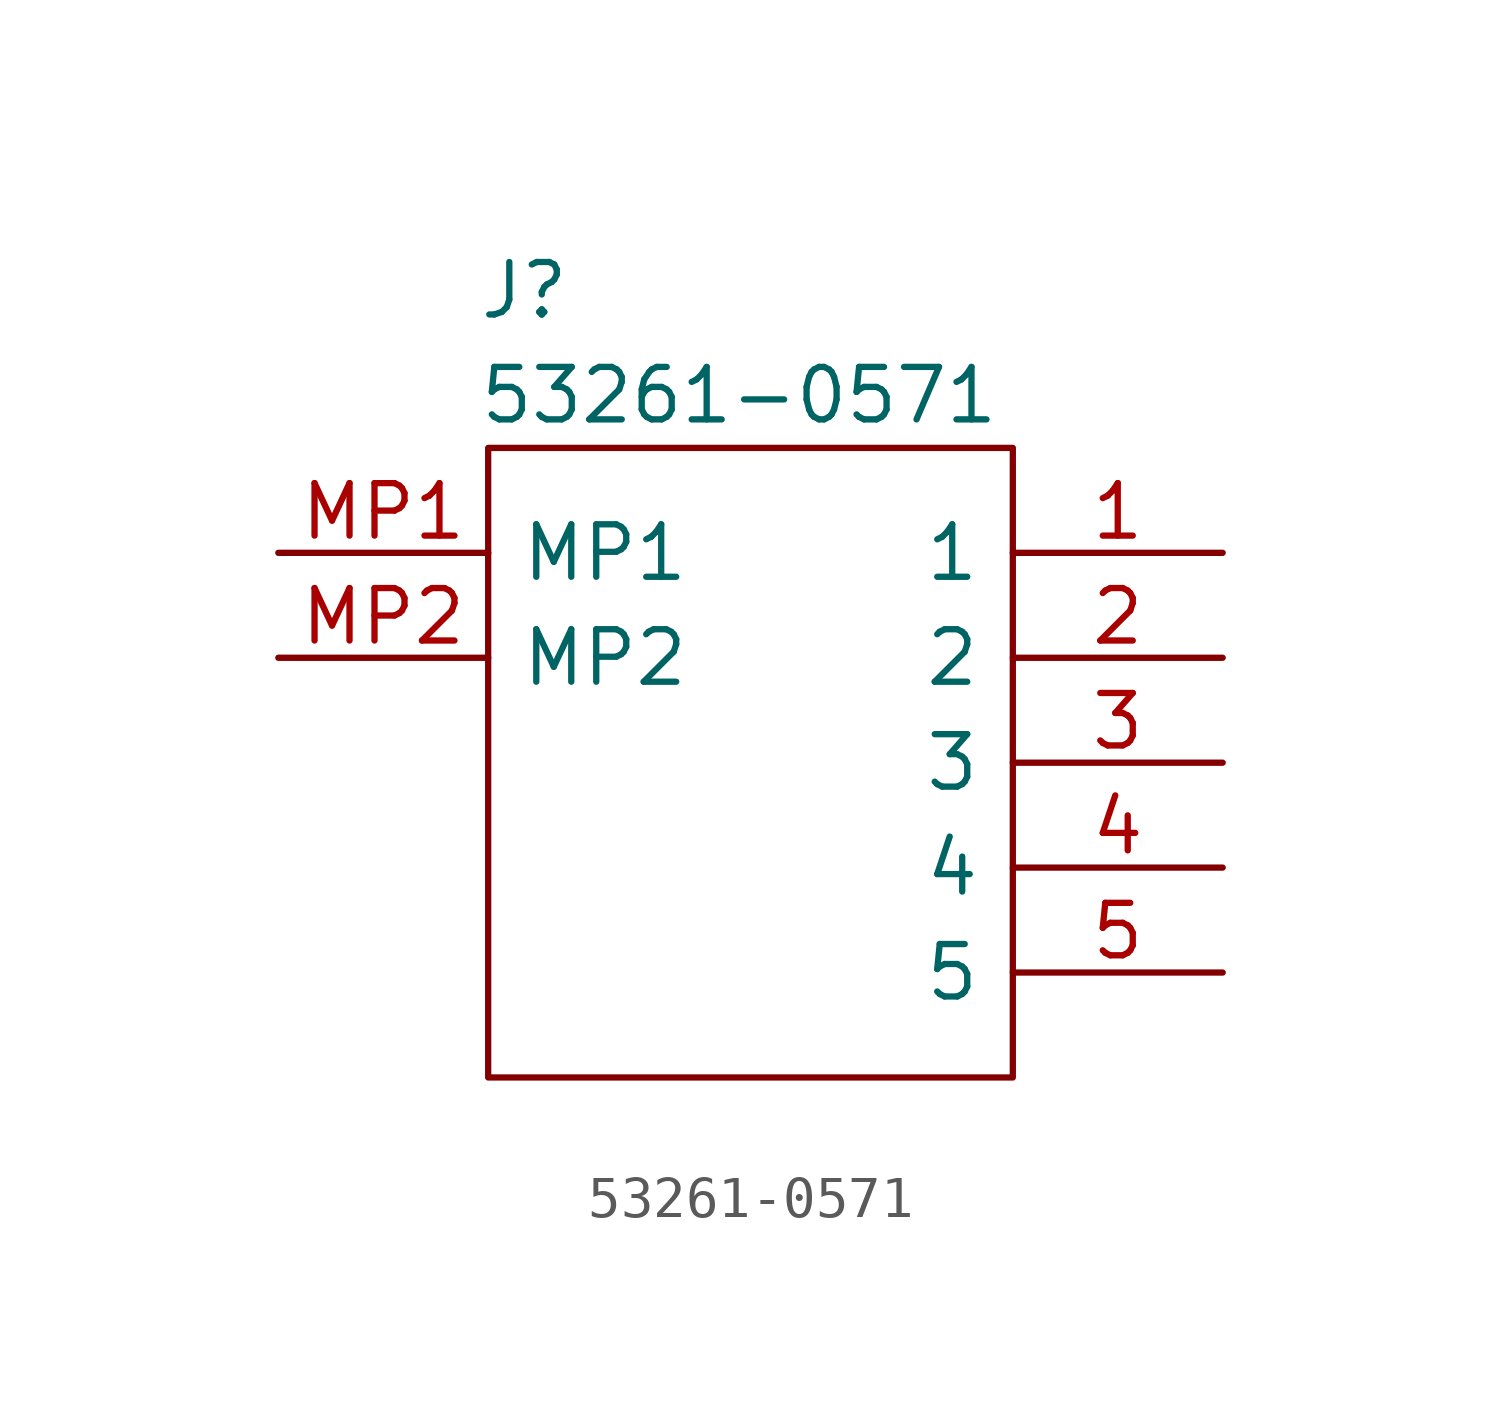
<source format=kicad_sym>
(kicad_symbol_lib
  (version 20231120)
  (generator "kicad_symbol_editor")
  (generator_version "8.0")
  (symbol "53261-0571"
    (pin_names
      (offset 0.762))
    (property "Reference" "J"
      (at 4.826 6.35 0)
      (effects (font (size 1.27 1.27)) (justify left)))
    (property "Value" "53261-0571"
      (at 4.826 3.81 0)
      (effects (font (size 1.27 1.27)) (justify left)))
    (symbol "53261-0571_0_0"
      (pin passive line (at 22.86 0 180) (length 5.08) (name "1" (effects (font (size 1.27 1.27)))) (number "1" (effects (font (size 1.27 1.27)))))
      (pin passive line (at 22.86 -2.54 180) (length 5.08) (name "2" (effects (font (size 1.27 1.27)))) (number "2" (effects (font (size 1.27 1.27)))))
      (pin passive line (at 22.86 -5.08 180) (length 5.08) (name "3" (effects (font (size 1.27 1.27)))) (number "3" (effects (font (size 1.27 1.27)))))
      (pin passive line (at 22.86 -7.62 180) (length 5.08) (name "4" (effects (font (size 1.27 1.27)))) (number "4" (effects (font (size 1.27 1.27)))))
      (pin passive line (at 22.86 -10.16 180) (length 5.08) (name "5" (effects (font (size 1.27 1.27)))) (number "5" (effects (font (size 1.27 1.27)))))
      (pin passive line (at 0 0 0) (length 5.08) (name "MP1" (effects (font (size 1.27 1.27)))) (number "MP1" (effects (font (size 1.27 1.27)))))
      (pin passive line (at 0 -2.54 0) (length 5.08) (name "MP2" (effects (font (size 1.27 1.27)))) (number "MP2" (effects (font (size 1.27 1.27))))))
    (symbol "53261-0571_0_1"
      (polyline (pts (xy 5.08 2.54) (xy 17.78 2.54) (xy 17.78 -12.7) (xy 5.08 -12.7) (xy 5.08 2.54)) (stroke (width 0.152) (type solid)) (fill (type none))))))
</source>
